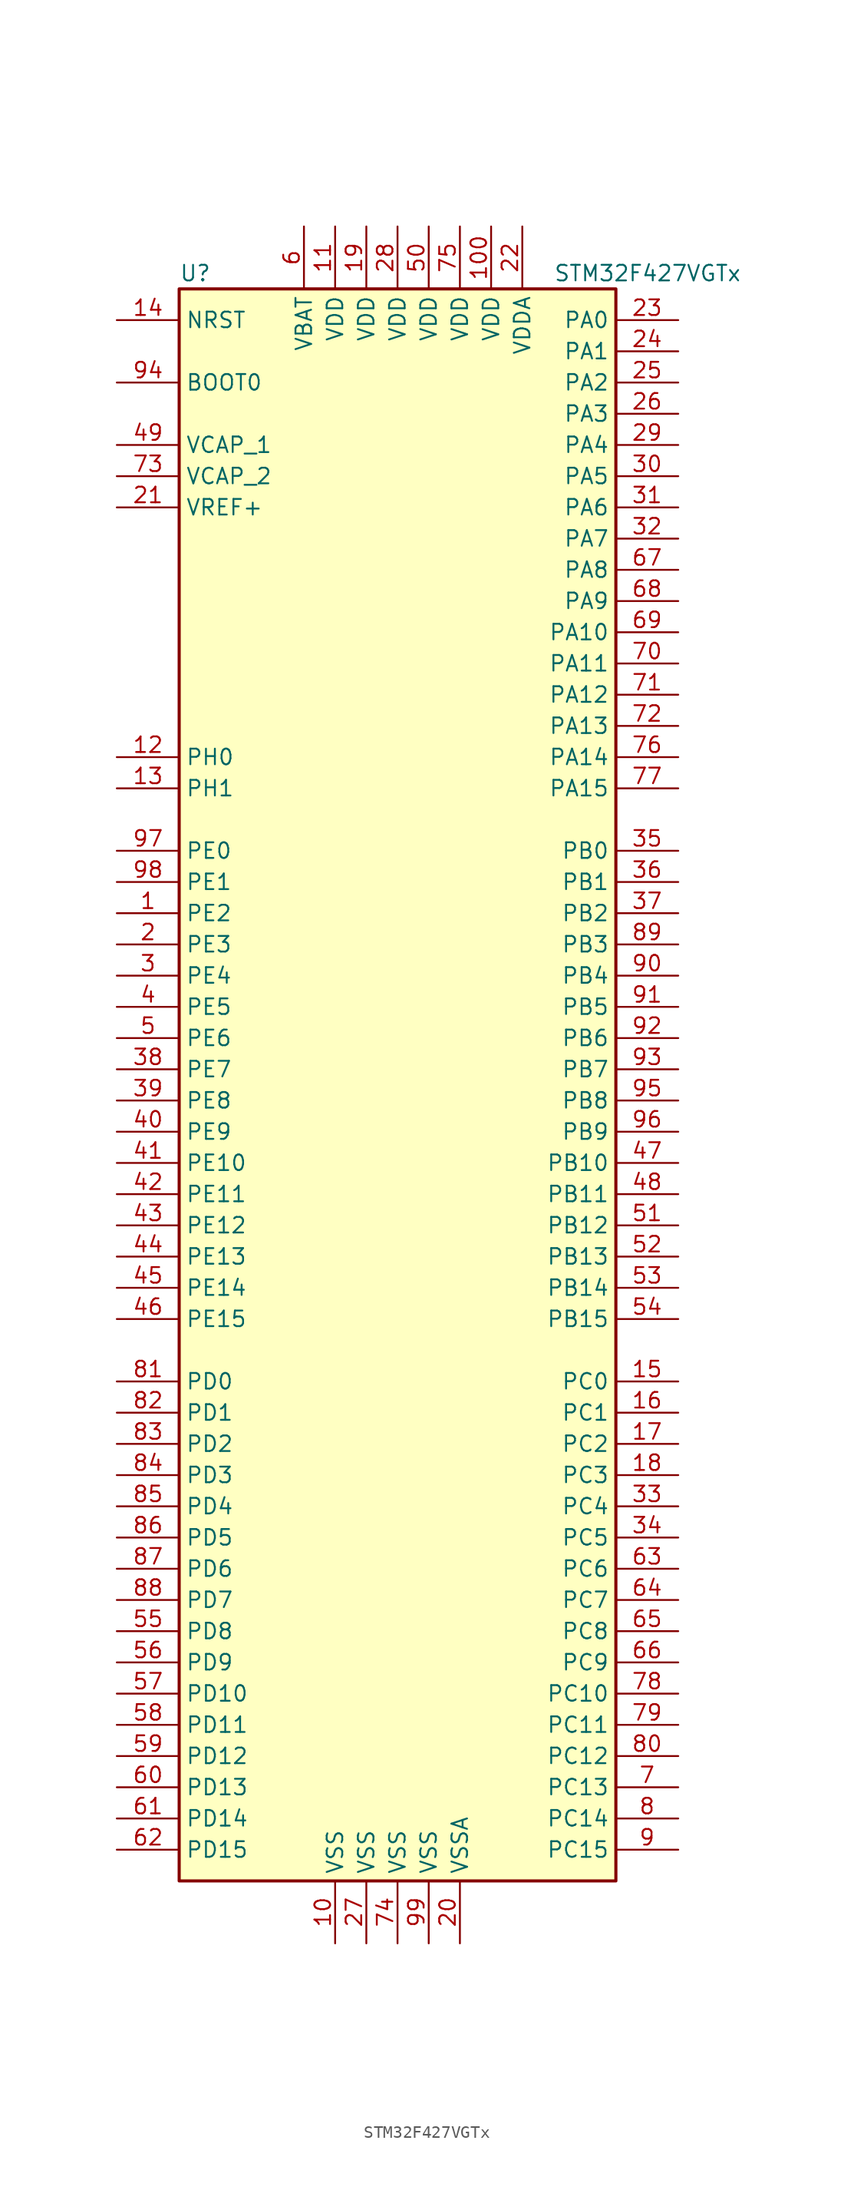
<source format=kicad_sym>
(kicad_symbol_lib
  (version 20201005)
  (generator kicad_symbol_editor)
  (symbol "STM32F427VGTx"
    (property "Reference" "U"
      (at -17.78 64.77 0)
      (effects (font (size 1.27 1.27)) (justify left)))
    (property "Value" "STM32F427VGTx"
      (at 12.7 64.77 0)
      (effects (font (size 1.27 1.27)) (justify left)))
    (symbol "STM32F427VGTx_0_1"
      (rectangle (start -17.78 -66.04) (end 17.78 63.5) (stroke (width 0.254)) (fill (type background))))
    (symbol "STM32F427VGTx_1_1"
      (pin input line (at -22.86 55.88 0) (length 5.08) (name "BOOT0" (effects (font (size 1.27 1.27)))) (number "94" (effects (font (size 1.27 1.27)))))
      (pin input line (at -22.86 60.96 0) (length 5.08) (name "NRST" (effects (font (size 1.27 1.27)))) (number "14" (effects (font (size 1.27 1.27)))))
      (pin bidirectional line (at 22.86 60.96 180) (length 5.08) (name "PA0" (effects (font (size 1.27 1.27)))) (number "23" (effects (font (size 1.27 1.27)))))
      (pin bidirectional line (at 22.86 58.42 180) (length 5.08) (name "PA1" (effects (font (size 1.27 1.27)))) (number "24" (effects (font (size 1.27 1.27)))))
      (pin bidirectional line (at 22.86 35.56 180) (length 5.08) (name "PA10" (effects (font (size 1.27 1.27)))) (number "69" (effects (font (size 1.27 1.27)))))
      (pin bidirectional line (at 22.86 33.02 180) (length 5.08) (name "PA11" (effects (font (size 1.27 1.27)))) (number "70" (effects (font (size 1.27 1.27)))))
      (pin bidirectional line (at 22.86 30.48 180) (length 5.08) (name "PA12" (effects (font (size 1.27 1.27)))) (number "71" (effects (font (size 1.27 1.27)))))
      (pin bidirectional line (at 22.86 27.94 180) (length 5.08) (name "PA13" (effects (font (size 1.27 1.27)))) (number "72" (effects (font (size 1.27 1.27)))))
      (pin bidirectional line (at 22.86 25.4 180) (length 5.08) (name "PA14" (effects (font (size 1.27 1.27)))) (number "76" (effects (font (size 1.27 1.27)))))
      (pin bidirectional line (at 22.86 22.86 180) (length 5.08) (name "PA15" (effects (font (size 1.27 1.27)))) (number "77" (effects (font (size 1.27 1.27)))))
      (pin bidirectional line (at 22.86 55.88 180) (length 5.08) (name "PA2" (effects (font (size 1.27 1.27)))) (number "25" (effects (font (size 1.27 1.27)))))
      (pin bidirectional line (at 22.86 53.34 180) (length 5.08) (name "PA3" (effects (font (size 1.27 1.27)))) (number "26" (effects (font (size 1.27 1.27)))))
      (pin bidirectional line (at 22.86 50.8 180) (length 5.08) (name "PA4" (effects (font (size 1.27 1.27)))) (number "29" (effects (font (size 1.27 1.27)))))
      (pin bidirectional line (at 22.86 48.26 180) (length 5.08) (name "PA5" (effects (font (size 1.27 1.27)))) (number "30" (effects (font (size 1.27 1.27)))))
      (pin bidirectional line (at 22.86 45.72 180) (length 5.08) (name "PA6" (effects (font (size 1.27 1.27)))) (number "31" (effects (font (size 1.27 1.27)))))
      (pin bidirectional line (at 22.86 43.18 180) (length 5.08) (name "PA7" (effects (font (size 1.27 1.27)))) (number "32" (effects (font (size 1.27 1.27)))))
      (pin bidirectional line (at 22.86 40.64 180) (length 5.08) (name "PA8" (effects (font (size 1.27 1.27)))) (number "67" (effects (font (size 1.27 1.27)))))
      (pin bidirectional line (at 22.86 38.1 180) (length 5.08) (name "PA9" (effects (font (size 1.27 1.27)))) (number "68" (effects (font (size 1.27 1.27)))))
      (pin bidirectional line (at 22.86 17.78 180) (length 5.08) (name "PB0" (effects (font (size 1.27 1.27)))) (number "35" (effects (font (size 1.27 1.27)))))
      (pin bidirectional line (at 22.86 15.24 180) (length 5.08) (name "PB1" (effects (font (size 1.27 1.27)))) (number "36" (effects (font (size 1.27 1.27)))))
      (pin bidirectional line (at 22.86 -7.62 180) (length 5.08) (name "PB10" (effects (font (size 1.27 1.27)))) (number "47" (effects (font (size 1.27 1.27)))))
      (pin bidirectional line (at 22.86 -10.16 180) (length 5.08) (name "PB11" (effects (font (size 1.27 1.27)))) (number "48" (effects (font (size 1.27 1.27)))))
      (pin bidirectional line (at 22.86 -12.7 180) (length 5.08) (name "PB12" (effects (font (size 1.27 1.27)))) (number "51" (effects (font (size 1.27 1.27)))))
      (pin bidirectional line (at 22.86 -15.24 180) (length 5.08) (name "PB13" (effects (font (size 1.27 1.27)))) (number "52" (effects (font (size 1.27 1.27)))))
      (pin bidirectional line (at 22.86 -17.78 180) (length 5.08) (name "PB14" (effects (font (size 1.27 1.27)))) (number "53" (effects (font (size 1.27 1.27)))))
      (pin bidirectional line (at 22.86 -20.32 180) (length 5.08) (name "PB15" (effects (font (size 1.27 1.27)))) (number "54" (effects (font (size 1.27 1.27)))))
      (pin bidirectional line (at 22.86 12.7 180) (length 5.08) (name "PB2" (effects (font (size 1.27 1.27)))) (number "37" (effects (font (size 1.27 1.27)))))
      (pin bidirectional line (at 22.86 10.16 180) (length 5.08) (name "PB3" (effects (font (size 1.27 1.27)))) (number "89" (effects (font (size 1.27 1.27)))))
      (pin bidirectional line (at 22.86 7.62 180) (length 5.08) (name "PB4" (effects (font (size 1.27 1.27)))) (number "90" (effects (font (size 1.27 1.27)))))
      (pin bidirectional line (at 22.86 5.08 180) (length 5.08) (name "PB5" (effects (font (size 1.27 1.27)))) (number "91" (effects (font (size 1.27 1.27)))))
      (pin bidirectional line (at 22.86 2.54 180) (length 5.08) (name "PB6" (effects (font (size 1.27 1.27)))) (number "92" (effects (font (size 1.27 1.27)))))
      (pin bidirectional line (at 22.86 0 180) (length 5.08) (name "PB7" (effects (font (size 1.27 1.27)))) (number "93" (effects (font (size 1.27 1.27)))))
      (pin bidirectional line (at 22.86 -2.54 180) (length 5.08) (name "PB8" (effects (font (size 1.27 1.27)))) (number "95" (effects (font (size 1.27 1.27)))))
      (pin bidirectional line (at 22.86 -5.08 180) (length 5.08) (name "PB9" (effects (font (size 1.27 1.27)))) (number "96" (effects (font (size 1.27 1.27)))))
      (pin bidirectional line (at 22.86 -25.4 180) (length 5.08) (name "PC0" (effects (font (size 1.27 1.27)))) (number "15" (effects (font (size 1.27 1.27)))))
      (pin bidirectional line (at 22.86 -27.94 180) (length 5.08) (name "PC1" (effects (font (size 1.27 1.27)))) (number "16" (effects (font (size 1.27 1.27)))))
      (pin bidirectional line (at 22.86 -50.8 180) (length 5.08) (name "PC10" (effects (font (size 1.27 1.27)))) (number "78" (effects (font (size 1.27 1.27)))))
      (pin bidirectional line (at 22.86 -53.34 180) (length 5.08) (name "PC11" (effects (font (size 1.27 1.27)))) (number "79" (effects (font (size 1.27 1.27)))))
      (pin bidirectional line (at 22.86 -55.88 180) (length 5.08) (name "PC12" (effects (font (size 1.27 1.27)))) (number "80" (effects (font (size 1.27 1.27)))))
      (pin bidirectional line (at 22.86 -58.42 180) (length 5.08) (name "PC13" (effects (font (size 1.27 1.27)))) (number "7" (effects (font (size 1.27 1.27)))))
      (pin bidirectional line (at 22.86 -60.96 180) (length 5.08) (name "PC14" (effects (font (size 1.27 1.27)))) (number "8" (effects (font (size 1.27 1.27)))))
      (pin bidirectional line (at 22.86 -63.5 180) (length 5.08) (name "PC15" (effects (font (size 1.27 1.27)))) (number "9" (effects (font (size 1.27 1.27)))))
      (pin bidirectional line (at 22.86 -30.48 180) (length 5.08) (name "PC2" (effects (font (size 1.27 1.27)))) (number "17" (effects (font (size 1.27 1.27)))))
      (pin bidirectional line (at 22.86 -33.02 180) (length 5.08) (name "PC3" (effects (font (size 1.27 1.27)))) (number "18" (effects (font (size 1.27 1.27)))))
      (pin bidirectional line (at 22.86 -35.56 180) (length 5.08) (name "PC4" (effects (font (size 1.27 1.27)))) (number "33" (effects (font (size 1.27 1.27)))))
      (pin bidirectional line (at 22.86 -38.1 180) (length 5.08) (name "PC5" (effects (font (size 1.27 1.27)))) (number "34" (effects (font (size 1.27 1.27)))))
      (pin bidirectional line (at 22.86 -40.64 180) (length 5.08) (name "PC6" (effects (font (size 1.27 1.27)))) (number "63" (effects (font (size 1.27 1.27)))))
      (pin bidirectional line (at 22.86 -43.18 180) (length 5.08) (name "PC7" (effects (font (size 1.27 1.27)))) (number "64" (effects (font (size 1.27 1.27)))))
      (pin bidirectional line (at 22.86 -45.72 180) (length 5.08) (name "PC8" (effects (font (size 1.27 1.27)))) (number "65" (effects (font (size 1.27 1.27)))))
      (pin bidirectional line (at 22.86 -48.26 180) (length 5.08) (name "PC9" (effects (font (size 1.27 1.27)))) (number "66" (effects (font (size 1.27 1.27)))))
      (pin bidirectional line (at -22.86 -25.4 0) (length 5.08) (name "PD0" (effects (font (size 1.27 1.27)))) (number "81" (effects (font (size 1.27 1.27)))))
      (pin bidirectional line (at -22.86 -27.94 0) (length 5.08) (name "PD1" (effects (font (size 1.27 1.27)))) (number "82" (effects (font (size 1.27 1.27)))))
      (pin bidirectional line (at -22.86 -50.8 0) (length 5.08) (name "PD10" (effects (font (size 1.27 1.27)))) (number "57" (effects (font (size 1.27 1.27)))))
      (pin bidirectional line (at -22.86 -53.34 0) (length 5.08) (name "PD11" (effects (font (size 1.27 1.27)))) (number "58" (effects (font (size 1.27 1.27)))))
      (pin bidirectional line (at -22.86 -55.88 0) (length 5.08) (name "PD12" (effects (font (size 1.27 1.27)))) (number "59" (effects (font (size 1.27 1.27)))))
      (pin bidirectional line (at -22.86 -58.42 0) (length 5.08) (name "PD13" (effects (font (size 1.27 1.27)))) (number "60" (effects (font (size 1.27 1.27)))))
      (pin bidirectional line (at -22.86 -60.96 0) (length 5.08) (name "PD14" (effects (font (size 1.27 1.27)))) (number "61" (effects (font (size 1.27 1.27)))))
      (pin bidirectional line (at -22.86 -63.5 0) (length 5.08) (name "PD15" (effects (font (size 1.27 1.27)))) (number "62" (effects (font (size 1.27 1.27)))))
      (pin bidirectional line (at -22.86 -30.48 0) (length 5.08) (name "PD2" (effects (font (size 1.27 1.27)))) (number "83" (effects (font (size 1.27 1.27)))))
      (pin bidirectional line (at -22.86 -33.02 0) (length 5.08) (name "PD3" (effects (font (size 1.27 1.27)))) (number "84" (effects (font (size 1.27 1.27)))))
      (pin bidirectional line (at -22.86 -35.56 0) (length 5.08) (name "PD4" (effects (font (size 1.27 1.27)))) (number "85" (effects (font (size 1.27 1.27)))))
      (pin bidirectional line (at -22.86 -38.1 0) (length 5.08) (name "PD5" (effects (font (size 1.27 1.27)))) (number "86" (effects (font (size 1.27 1.27)))))
      (pin bidirectional line (at -22.86 -40.64 0) (length 5.08) (name "PD6" (effects (font (size 1.27 1.27)))) (number "87" (effects (font (size 1.27 1.27)))))
      (pin bidirectional line (at -22.86 -43.18 0) (length 5.08) (name "PD7" (effects (font (size 1.27 1.27)))) (number "88" (effects (font (size 1.27 1.27)))))
      (pin bidirectional line (at -22.86 -45.72 0) (length 5.08) (name "PD8" (effects (font (size 1.27 1.27)))) (number "55" (effects (font (size 1.27 1.27)))))
      (pin bidirectional line (at -22.86 -48.26 0) (length 5.08) (name "PD9" (effects (font (size 1.27 1.27)))) (number "56" (effects (font (size 1.27 1.27)))))
      (pin bidirectional line (at -22.86 17.78 0) (length 5.08) (name "PE0" (effects (font (size 1.27 1.27)))) (number "97" (effects (font (size 1.27 1.27)))))
      (pin bidirectional line (at -22.86 15.24 0) (length 5.08) (name "PE1" (effects (font (size 1.27 1.27)))) (number "98" (effects (font (size 1.27 1.27)))))
      (pin bidirectional line (at -22.86 -7.62 0) (length 5.08) (name "PE10" (effects (font (size 1.27 1.27)))) (number "41" (effects (font (size 1.27 1.27)))))
      (pin bidirectional line (at -22.86 -10.16 0) (length 5.08) (name "PE11" (effects (font (size 1.27 1.27)))) (number "42" (effects (font (size 1.27 1.27)))))
      (pin bidirectional line (at -22.86 -12.7 0) (length 5.08) (name "PE12" (effects (font (size 1.27 1.27)))) (number "43" (effects (font (size 1.27 1.27)))))
      (pin bidirectional line (at -22.86 -15.24 0) (length 5.08) (name "PE13" (effects (font (size 1.27 1.27)))) (number "44" (effects (font (size 1.27 1.27)))))
      (pin bidirectional line (at -22.86 -17.78 0) (length 5.08) (name "PE14" (effects (font (size 1.27 1.27)))) (number "45" (effects (font (size 1.27 1.27)))))
      (pin bidirectional line (at -22.86 -20.32 0) (length 5.08) (name "PE15" (effects (font (size 1.27 1.27)))) (number "46" (effects (font (size 1.27 1.27)))))
      (pin bidirectional line (at -22.86 12.7 0) (length 5.08) (name "PE2" (effects (font (size 1.27 1.27)))) (number "1" (effects (font (size 1.27 1.27)))))
      (pin bidirectional line (at -22.86 10.16 0) (length 5.08) (name "PE3" (effects (font (size 1.27 1.27)))) (number "2" (effects (font (size 1.27 1.27)))))
      (pin bidirectional line (at -22.86 7.62 0) (length 5.08) (name "PE4" (effects (font (size 1.27 1.27)))) (number "3" (effects (font (size 1.27 1.27)))))
      (pin bidirectional line (at -22.86 5.08 0) (length 5.08) (name "PE5" (effects (font (size 1.27 1.27)))) (number "4" (effects (font (size 1.27 1.27)))))
      (pin bidirectional line (at -22.86 2.54 0) (length 5.08) (name "PE6" (effects (font (size 1.27 1.27)))) (number "5" (effects (font (size 1.27 1.27)))))
      (pin bidirectional line (at -22.86 0 0) (length 5.08) (name "PE7" (effects (font (size 1.27 1.27)))) (number "38" (effects (font (size 1.27 1.27)))))
      (pin bidirectional line (at -22.86 -2.54 0) (length 5.08) (name "PE8" (effects (font (size 1.27 1.27)))) (number "39" (effects (font (size 1.27 1.27)))))
      (pin bidirectional line (at -22.86 -5.08 0) (length 5.08) (name "PE9" (effects (font (size 1.27 1.27)))) (number "40" (effects (font (size 1.27 1.27)))))
      (pin input line (at -22.86 25.4 0) (length 5.08) (name "PH0" (effects (font (size 1.27 1.27)))) (number "12" (effects (font (size 1.27 1.27)))))
      (pin input line (at -22.86 22.86 0) (length 5.08) (name "PH1" (effects (font (size 1.27 1.27)))) (number "13" (effects (font (size 1.27 1.27)))))
      (pin power_in line (at -7.62 68.58 270) (length 5.08) (name "VBAT" (effects (font (size 1.27 1.27)))) (number "6" (effects (font (size 1.27 1.27)))))
      (pin power_in line (at -22.86 50.8 0) (length 5.08) (name "VCAP_1" (effects (font (size 1.27 1.27)))) (number "49" (effects (font (size 1.27 1.27)))))
      (pin power_in line (at -22.86 48.26 0) (length 5.08) (name "VCAP_2" (effects (font (size 1.27 1.27)))) (number "73" (effects (font (size 1.27 1.27)))))
      (pin power_in line (at 7.62 68.58 270) (length 5.08) (name "VDD" (effects (font (size 1.27 1.27)))) (number "100" (effects (font (size 1.27 1.27)))))
      (pin power_in line (at -5.08 68.58 270) (length 5.08) (name "VDD" (effects (font (size 1.27 1.27)))) (number "11" (effects (font (size 1.27 1.27)))))
      (pin power_in line (at -2.54 68.58 270) (length 5.08) (name "VDD" (effects (font (size 1.27 1.27)))) (number "19" (effects (font (size 1.27 1.27)))))
      (pin power_in line (at 0 68.58 270) (length 5.08) (name "VDD" (effects (font (size 1.27 1.27)))) (number "28" (effects (font (size 1.27 1.27)))))
      (pin power_in line (at 2.54 68.58 270) (length 5.08) (name "VDD" (effects (font (size 1.27 1.27)))) (number "50" (effects (font (size 1.27 1.27)))))
      (pin power_in line (at 5.08 68.58 270) (length 5.08) (name "VDD" (effects (font (size 1.27 1.27)))) (number "75" (effects (font (size 1.27 1.27)))))
      (pin power_in line (at 10.16 68.58 270) (length 5.08) (name "VDDA" (effects (font (size 1.27 1.27)))) (number "22" (effects (font (size 1.27 1.27)))))
      (pin power_in line (at -22.86 45.72 0) (length 5.08) (name "VREF+" (effects (font (size 1.27 1.27)))) (number "21" (effects (font (size 1.27 1.27)))))
      (pin power_in line (at -5.08 -71.12 90) (length 5.08) (name "VSS" (effects (font (size 1.27 1.27)))) (number "10" (effects (font (size 1.27 1.27)))))
      (pin power_in line (at -2.54 -71.12 90) (length 5.08) (name "VSS" (effects (font (size 1.27 1.27)))) (number "27" (effects (font (size 1.27 1.27)))))
      (pin power_in line (at 0 -71.12 90) (length 5.08) (name "VSS" (effects (font (size 1.27 1.27)))) (number "74" (effects (font (size 1.27 1.27)))))
      (pin power_in line (at 2.54 -71.12 90) (length 5.08) (name "VSS" (effects (font (size 1.27 1.27)))) (number "99" (effects (font (size 1.27 1.27)))))
      (pin power_in line (at 5.08 -71.12 90) (length 5.08) (name "VSSA" (effects (font (size 1.27 1.27)))) (number "20" (effects (font (size 1.27 1.27))))))))
</source>
